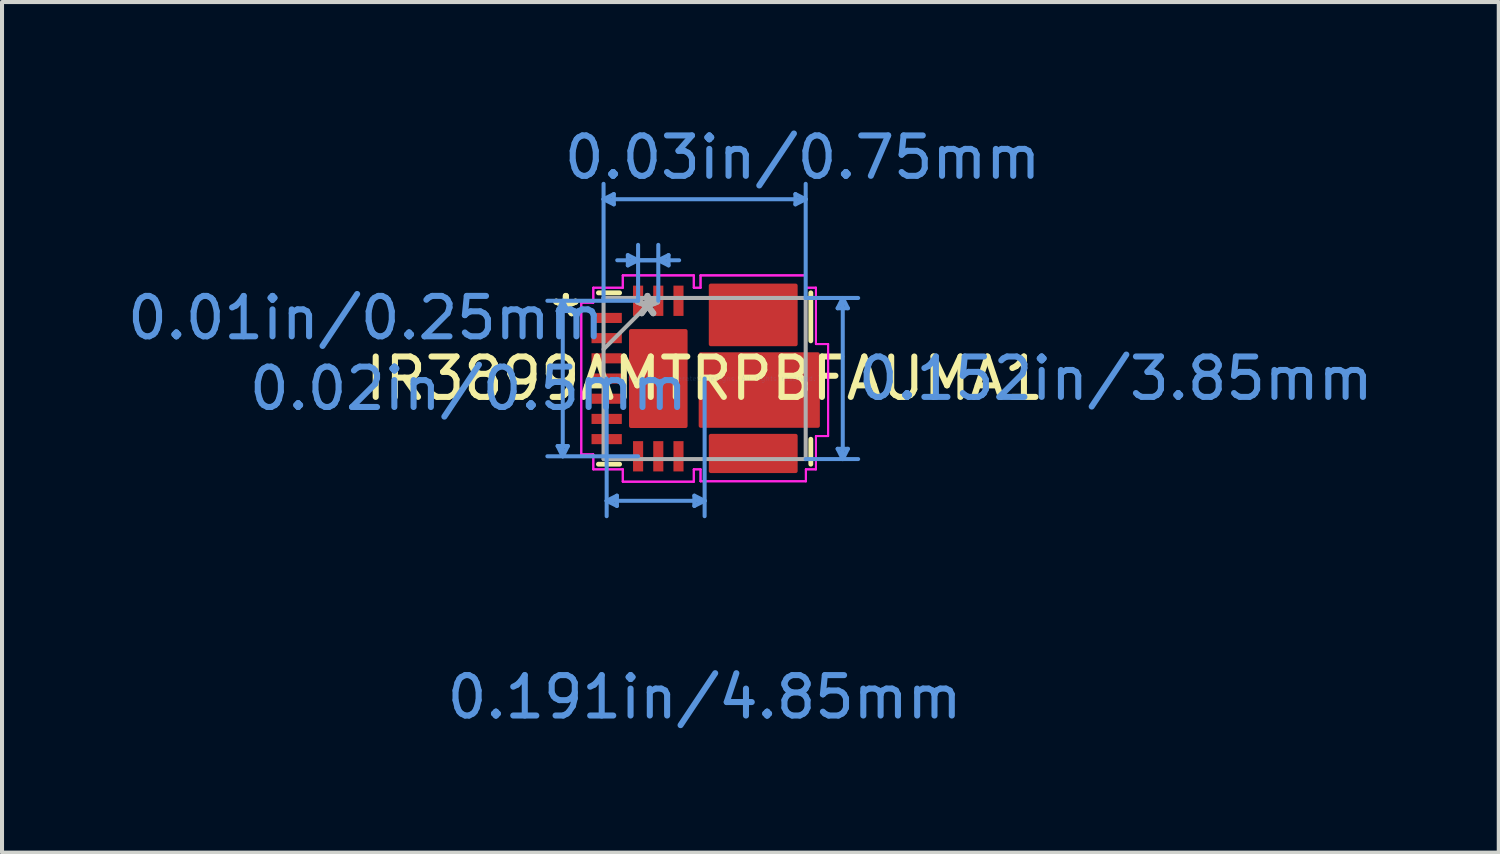
<source format=kicad_pcb>
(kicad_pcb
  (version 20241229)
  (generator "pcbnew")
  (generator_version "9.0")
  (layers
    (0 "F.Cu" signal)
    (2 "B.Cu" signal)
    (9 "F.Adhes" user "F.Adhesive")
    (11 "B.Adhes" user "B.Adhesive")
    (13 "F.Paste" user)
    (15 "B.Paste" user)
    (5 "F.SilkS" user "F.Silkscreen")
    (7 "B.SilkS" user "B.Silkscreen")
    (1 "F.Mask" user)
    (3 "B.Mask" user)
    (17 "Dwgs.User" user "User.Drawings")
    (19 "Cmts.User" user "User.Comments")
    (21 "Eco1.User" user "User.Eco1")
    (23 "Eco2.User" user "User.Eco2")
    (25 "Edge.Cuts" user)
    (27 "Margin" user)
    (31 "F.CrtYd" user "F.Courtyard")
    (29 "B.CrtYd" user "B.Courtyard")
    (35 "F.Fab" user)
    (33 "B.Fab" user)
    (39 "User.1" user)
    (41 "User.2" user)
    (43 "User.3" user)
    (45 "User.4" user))
  (footprint "IR3899AMTRPBFAUMA1"
    (layer "F.Cu")
    (at 14.394 6.321)
    (property "Reference" "IR3899AMTRPBFAUMA1" (at 0 0 0) (layer "F.SilkS") (effects (font (size 1 1) (thickness 0.15))))
    (attr through_hole)
    (fp_poly (pts (xy -1.822 -1.175) (xy -0.472 -1.175) (xy -0.472 1.175) (xy -1.822 1.175)) (stroke (width 0.1) (type solid)) (fill yes) (layer "F.Cu"))
    (fp_poly (pts (xy -0.097 -0.6) (xy 2.803 -0.6) (xy 2.803 1.17) (xy -0.097 1.17)) (stroke (width 0.1) (type solid)) (fill yes) (layer "F.Cu"))
    (fp_poly (pts (xy 0.153 -2.3) (xy 0.153 -0.85) (xy 2.253 -0.85) (xy 2.253 -2.3)) (stroke (width 0.1) (type solid)) (fill yes) (layer "F.Cu"))
    (fp_poly (pts (xy 0.153 1.42) (xy 0.153 2.29) (xy 2.253 2.29) (xy 2.253 1.42)) (stroke (width 0.1) (type solid)) (fill yes) (layer "F.Cu"))
    (fp_poly (pts (xy -2.825 -1.65) (xy -2.825 -1.35) (xy -2.025 -1.35) (xy -2.025 -1.65)) (stroke (width 0.1) (type solid)) (fill yes) (layer "F.Mask"))
    (fp_poly (pts (xy -2.825 -1.15) (xy -2.825 -0.85) (xy -2.025 -0.85) (xy -2.025 -1.15)) (stroke (width 0.1) (type solid)) (fill yes) (layer "F.Mask"))
    (fp_poly (pts (xy -2.825 -0.65) (xy -2.825 -0.35) (xy -2.025 -0.35) (xy -2.025 -0.65)) (stroke (width 0.1) (type solid)) (fill yes) (layer "F.Mask"))
    (fp_poly (pts (xy -2.825 -0.15) (xy -2.825 0.15) (xy -2.025 0.15) (xy -2.025 -0.15)) (stroke (width 0.1) (type solid)) (fill yes) (layer "F.Mask"))
    (fp_poly (pts (xy -2.825 0.35) (xy -2.825 0.65) (xy -2.025 0.65) (xy -2.025 0.35)) (stroke (width 0.1) (type solid)) (fill yes) (layer "F.Mask"))
    (fp_poly (pts (xy -2.825 0.85) (xy -2.825 1.15) (xy -2.025 1.15) (xy -2.025 0.85)) (stroke (width 0.1) (type solid)) (fill yes) (layer "F.Mask"))
    (fp_poly (pts (xy -2.825 1.35) (xy -2.825 1.65) (xy -2.025 1.65) (xy -2.025 1.35)) (stroke (width 0.1) (type solid)) (fill yes) (layer "F.Mask"))
    (fp_poly (pts (xy -1.797 -2.325) (xy -1.497 -2.325) (xy -1.497 -1.525) (xy -1.797 -1.525)) (stroke (width 0.1) (type solid)) (fill yes) (layer "F.Mask"))
    (fp_poly (pts (xy -1.797 1.525) (xy -1.497 1.525) (xy -1.497 2.325) (xy -1.797 2.325)) (stroke (width 0.1) (type solid)) (fill yes) (layer "F.Mask"))
    (fp_poly (pts (xy -1.772 -1.125) (xy -0.522 -1.125) (xy -0.522 1.125) (xy -1.772 1.125)) (stroke (width 0.1) (type solid)) (fill yes) (layer "F.Mask"))
    (fp_poly (pts (xy -1.297 -2.325) (xy -0.997 -2.325) (xy -0.997 -1.525) (xy -1.297 -1.525)) (stroke (width 0.1) (type solid)) (fill yes) (layer "F.Mask"))
    (fp_poly (pts (xy -1.297 1.525) (xy -0.997 1.525) (xy -0.997 2.325) (xy -1.297 2.325)) (stroke (width 0.1) (type solid)) (fill yes) (layer "F.Mask"))
    (fp_poly (pts (xy -0.797 -2.325) (xy -0.497 -2.325) (xy -0.497 -1.525) (xy -0.797 -1.525)) (stroke (width 0.1) (type solid)) (fill yes) (layer "F.Mask"))
    (fp_poly (pts (xy -0.797 1.525) (xy -0.497 1.525) (xy -0.497 2.325) (xy -0.797 2.325)) (stroke (width 0.1) (type solid)) (fill yes) (layer "F.Mask"))
    (fp_poly (pts (xy -0.047 -0.55) (xy -0.047 1.12) (xy 2.753 1.12) (xy 2.753 0.77) (xy 2.203 0.77) (xy 2.203 0.46) (xy 2.753 0.46) (xy 2.753 0.11) (xy 2.203 0.11) (xy 2.203 -0.2) (xy 2.753 -0.2) (xy 2.753 -0.55)) (stroke (width 0.1) (type solid)) (fill yes) (layer "F.Mask"))
    (fp_poly (pts (xy 0.203 -2.25) (xy 0.203 -0.9) (xy 2.203 -0.9) (xy 2.203 -2.25) (xy 1.853 -2.25) (xy 1.853 -1.72) (xy 1.653 -1.72) (xy 1.653 -2.25) (xy 1.303 -2.25) (xy 1.303 -1.72) (xy 1.103 -1.72) (xy 1.103 -2.25) (xy 0.753 -2.25) (xy 0.753 -1.72) (xy 0.553 -1.72) (xy 0.553 -2.25)) (stroke (width 0.1) (type solid)) (fill yes) (layer "F.Mask"))
    (fp_poly (pts (xy 0.203 2.24) (xy 0.203 1.47) (xy 2.203 1.47) (xy 2.203 2.24) (xy 1.853 2.24) (xy 1.853 1.71) (xy 1.653 1.71) (xy 1.653 2.24) (xy 1.303 2.24) (xy 1.303 1.71) (xy 1.103 1.71) (xy 1.103 2.24) (xy 0.753 2.24) (xy 0.753 1.71) (xy 0.553 1.71) (xy 0.553 2.24)) (stroke (width 0.1) (type solid)) (fill yes) (layer "F.Mask"))
    (fp_line (start -2.629 -2.121) (end -2.105 -2.121) (stroke (width 0.12) (type solid)) (layer "F.SilkS"))
    (fp_line (start -2.105 2.121) (end -2.629 2.121) (stroke (width 0.12) (type solid)) (layer "F.SilkS"))
    (fp_line (start 2.629 -2.121) (end 2.629 -0.933) (stroke (width 0.12) (type solid)) (layer "F.SilkS"))
    (fp_line (start 2.629 1.503) (end 2.629 2.121) (stroke (width 0.12) (type solid)) (layer "F.SilkS"))
    (fp_poly (pts (xy -2.667 -1.61) (xy -2.667 -1.39) (xy -2.067 -1.39) (xy -2.067 -1.61)) (stroke (width 0.1) (type solid)) (fill yes) (layer "F.Paste"))
    (fp_poly (pts (xy -2.667 -1.11) (xy -2.667 -0.89) (xy -2.067 -0.89) (xy -2.067 -1.11)) (stroke (width 0.1) (type solid)) (fill yes) (layer "F.Paste"))
    (fp_poly (pts (xy -2.667 -0.61) (xy -2.667 -0.39) (xy -2.067 -0.39) (xy -2.067 -0.61)) (stroke (width 0.1) (type solid)) (fill yes) (layer "F.Paste"))
    (fp_poly (pts (xy -2.667 -0.11) (xy -2.667 0.11) (xy -2.067 0.11) (xy -2.067 -0.11)) (stroke (width 0.1) (type solid)) (fill yes) (layer "F.Paste"))
    (fp_poly (pts (xy -2.667 0.39) (xy -2.667 0.61) (xy -2.067 0.61) (xy -2.067 0.39)) (stroke (width 0.1) (type solid)) (fill yes) (layer "F.Paste"))
    (fp_poly (pts (xy -2.667 0.89) (xy -2.667 1.11) (xy -2.067 1.11) (xy -2.067 0.89)) (stroke (width 0.1) (type solid)) (fill yes) (layer "F.Paste"))
    (fp_poly (pts (xy -2.667 1.39) (xy -2.667 1.61) (xy -2.067 1.61) (xy -2.067 1.39)) (stroke (width 0.1) (type solid)) (fill yes) (layer "F.Paste"))
    (fp_poly (pts (xy -1.757 -2.167) (xy -1.757 -1.567) (xy -1.537 -1.567) (xy -1.537 -2.167)) (stroke (width 0.1) (type solid)) (fill yes) (layer "F.Paste"))
    (fp_poly (pts (xy -1.757 1.567) (xy -1.757 2.167) (xy -1.537 2.167) (xy -1.537 1.567)) (stroke (width 0.1) (type solid)) (fill yes) (layer "F.Paste"))
    (fp_poly (pts (xy -1.732 -1.075) (xy -1.272 -1.075) (xy -1.272 -0.525) (xy -1.732 -0.525)) (stroke (width 0.1) (type solid)) (fill yes) (layer "F.Paste"))
    (fp_poly (pts (xy -1.732 -0.275) (xy -1.272 -0.275) (xy -1.272 0.275) (xy -1.732 0.275)) (stroke (width 0.1) (type solid)) (fill yes) (layer "F.Paste"))
    (fp_poly (pts (xy -1.732 0.525) (xy -1.272 0.525) (xy -1.272 1.075) (xy -1.732 1.075)) (stroke (width 0.1) (type solid)) (fill yes) (layer "F.Paste"))
    (fp_poly (pts (xy -1.257 -2.167) (xy -1.257 -1.567) (xy -1.037 -1.567) (xy -1.037 -2.167)) (stroke (width 0.1) (type solid)) (fill yes) (layer "F.Paste"))
    (fp_poly (pts (xy -1.257 1.567) (xy -1.257 2.167) (xy -1.037 2.167) (xy -1.037 1.567)) (stroke (width 0.1) (type solid)) (fill yes) (layer "F.Paste"))
    (fp_poly (pts (xy -1.022 -1.075) (xy -0.562 -1.075) (xy -0.562 -0.525) (xy -1.022 -0.525)) (stroke (width 0.1) (type solid)) (fill yes) (layer "F.Paste"))
    (fp_poly (pts (xy -1.022 -0.275) (xy -0.562 -0.275) (xy -0.562 0.275) (xy -1.022 0.275)) (stroke (width 0.1) (type solid)) (fill yes) (layer "F.Paste"))
    (fp_poly (pts (xy -1.022 0.525) (xy -0.562 0.525) (xy -0.562 1.075) (xy -1.022 1.075)) (stroke (width 0.1) (type solid)) (fill yes) (layer "F.Paste"))
    (fp_poly (pts (xy -0.757 -2.167) (xy -0.757 -1.567) (xy -0.537 -1.567) (xy -0.537 -2.167)) (stroke (width 0.1) (type solid)) (fill yes) (layer "F.Paste"))
    (fp_poly (pts (xy -0.757 1.567) (xy -0.757 2.167) (xy -0.537 2.167) (xy -0.537 1.567)) (stroke (width 0.1) (type solid)) (fill yes) (layer "F.Paste"))
    (fp_poly (pts (xy -0.027 -0.515) (xy -0.027 0.185) (xy 0.523 0.185) (xy 0.523 -0.515)) (stroke (width 0.1) (type solid)) (fill yes) (layer "F.Paste"))
    (fp_poly (pts (xy -0.027 0.385) (xy -0.027 1.085) (xy 0.523 1.085) (xy 0.523 0.385)) (stroke (width 0.1) (type solid)) (fill yes) (layer "F.Paste"))
    (fp_poly (pts (xy 0.243 -2.217) (xy 0.243 -1.717) (xy 0.513 -1.717) (xy 0.513 -2.217)) (stroke (width 0.1) (type solid)) (fill yes) (layer "F.Paste"))
    (fp_poly (pts (xy 0.243 1.51) (xy 0.243 2.2) (xy 0.513 2.2) (xy 0.513 1.51)) (stroke (width 0.1) (type solid)) (fill yes) (layer "F.Paste"))
    (fp_poly (pts (xy 0.308 -1.522) (xy 0.308 -0.952) (xy 1.108 -0.952) (xy 1.108 -1.522)) (stroke (width 0.1) (type solid)) (fill yes) (layer "F.Paste"))
    (fp_poly (pts (xy 0.693 -0.515) (xy 0.693 0.185) (xy 1.243 0.185) (xy 1.243 -0.515)) (stroke (width 0.1) (type solid)) (fill yes) (layer "F.Paste"))
    (fp_poly (pts (xy 0.693 0.385) (xy 0.693 1.085) (xy 1.243 1.085) (xy 1.243 0.385)) (stroke (width 0.1) (type solid)) (fill yes) (layer "F.Paste"))
    (fp_poly (pts (xy 0.793 -2.217) (xy 0.793 -1.717) (xy 1.063 -1.717) (xy 1.063 -2.217)) (stroke (width 0.1) (type solid)) (fill yes) (layer "F.Paste"))
    (fp_poly (pts (xy 0.793 1.51) (xy 0.793 2.2) (xy 1.063 2.2) (xy 1.063 1.51)) (stroke (width 0.1) (type solid)) (fill yes) (layer "F.Paste"))
    (fp_poly (pts (xy 1.308 -1.522) (xy 1.308 -0.952) (xy 2.108 -0.952) (xy 2.108 -1.522)) (stroke (width 0.1) (type solid)) (fill yes) (layer "F.Paste"))
    (fp_poly (pts (xy 1.343 -2.217) (xy 1.343 -1.717) (xy 1.613 -1.717) (xy 1.613 -2.217)) (stroke (width 0.1) (type solid)) (fill yes) (layer "F.Paste"))
    (fp_poly (pts (xy 1.343 1.51) (xy 1.343 2.2) (xy 1.613 2.2) (xy 1.613 1.51)) (stroke (width 0.1) (type solid)) (fill yes) (layer "F.Paste"))
    (fp_poly (pts (xy 1.413 -0.515) (xy 1.413 0.185) (xy 1.963 0.185) (xy 1.963 -0.515)) (stroke (width 0.1) (type solid)) (fill yes) (layer "F.Paste"))
    (fp_poly (pts (xy 1.413 0.385) (xy 1.413 1.085) (xy 1.963 1.085) (xy 1.963 0.385)) (stroke (width 0.1) (type solid)) (fill yes) (layer "F.Paste"))
    (fp_poly (pts (xy 1.893 -2.217) (xy 1.893 -1.717) (xy 2.163 -1.717) (xy 2.163 -2.217)) (stroke (width 0.1) (type solid)) (fill yes) (layer "F.Paste"))
    (fp_poly (pts (xy 1.893 1.51) (xy 1.893 2.2) (xy 2.163 2.2) (xy 2.163 1.51)) (stroke (width 0.1) (type solid)) (fill yes) (layer "F.Paste"))
    (fp_poly (pts (xy 2.163 -0.51) (xy 2.163 -0.24) (xy 2.713 -0.24) (xy 2.713 -0.51)) (stroke (width 0.1) (type solid)) (fill yes) (layer "F.Paste"))
    (fp_poly (pts (xy 2.163 0.15) (xy 2.163 0.42) (xy 2.713 0.42) (xy 2.713 0.15)) (stroke (width 0.1) (type solid)) (fill yes) (layer "F.Paste"))
    (fp_poly (pts (xy 2.163 0.81) (xy 2.163 1.08) (xy 2.713 1.08) (xy 2.713 0.81)) (stroke (width 0.1) (type solid)) (fill yes) (layer "F.Paste"))
    (fp_line (start -3.639 1.671) (end -3.512 1.925) (stroke (width 0.1) (type solid)) (layer "Cmts.User"))
    (fp_line (start -3.639 -1.671) (end -3.512 -1.925) (stroke (width 0.1) (type solid)) (layer "Cmts.User"))
    (fp_line (start -3.639 -1.671) (end -3.385 -1.671) (stroke (width 0.1) (type solid)) (layer "Cmts.User"))
    (fp_line (start -3.512 -1.925) (end -3.512 1.925) (stroke (width 0.1) (type solid)) (layer "Cmts.User"))
    (fp_line (start -3.385 1.671) (end -3.639 1.671) (stroke (width 0.1) (type solid)) (layer "Cmts.User"))
    (fp_line (start -3.385 1.671) (end -3.512 1.925) (stroke (width 0.1) (type solid)) (layer "Cmts.User"))
    (fp_line (start -3.385 -1.671) (end -3.512 -1.925) (stroke (width 0.1) (type solid)) (layer "Cmts.User"))
    (fp_line (start -2.502 -4.439) (end 2.502 -4.439) (stroke (width 0.1) (type solid)) (layer "Cmts.User"))
    (fp_line (start -2.502 -1.994) (end -2.502 -4.82) (stroke (width 0.1) (type solid)) (layer "Cmts.User"))
    (fp_line (start -2.425 3.027) (end -0.000011 3.027) (stroke (width 0.1) (type solid)) (layer "Cmts.User"))
    (fp_line (start -2.425 0) (end -2.425 3.408) (stroke (width 0.1) (type solid)) (layer "Cmts.User"))
    (fp_line (start -2.248 -4.312) (end -2.502 -4.439) (stroke (width 0.1) (type solid)) (layer "Cmts.User"))
    (fp_line (start -2.248 -4.312) (end -2.248 -4.566) (stroke (width 0.1) (type solid)) (layer "Cmts.User"))
    (fp_line (start -2.248 -4.566) (end -2.502 -4.439) (stroke (width 0.1) (type solid)) (layer "Cmts.User"))
    (fp_line (start -2.171 2.9) (end -2.425 3.027) (stroke (width 0.1) (type solid)) (layer "Cmts.User"))
    (fp_line (start -2.171 3.154) (end -2.425 3.027) (stroke (width 0.1) (type solid)) (layer "Cmts.User"))
    (fp_line (start -2.171 3.154) (end -2.171 2.9) (stroke (width 0.1) (type solid)) (layer "Cmts.User"))
    (fp_line (start -2.163 -2.928) (end -1.147 -2.928) (stroke (width 0.1) (type solid)) (layer "Cmts.User"))
    (fp_line (start -1.901 -2.801) (end -1.647 -2.928) (stroke (width 0.1) (type solid)) (layer "Cmts.User"))
    (fp_line (start -1.901 -3.055) (end -1.901 -2.801) (stroke (width 0.1) (type solid)) (layer "Cmts.User"))
    (fp_line (start -1.901 -3.055) (end -1.647 -2.928) (stroke (width 0.1) (type solid)) (layer "Cmts.User"))
    (fp_line (start -1.647 -1.925) (end -3.893 -1.925) (stroke (width 0.1) (type solid)) (layer "Cmts.User"))
    (fp_line (start -1.647 -1.925) (end -1.647 -3.309) (stroke (width 0.1) (type solid)) (layer "Cmts.User"))
    (fp_line (start -1.647 1.925) (end -3.893 1.925) (stroke (width 0.1) (type solid)) (layer "Cmts.User"))
    (fp_line (start -1.147 -1.925) (end -1.147 -3.309) (stroke (width 0.1) (type solid)) (layer "Cmts.User"))
    (fp_line (start -0.893 -3.055) (end -1.147 -2.928) (stroke (width 0.1) (type solid)) (layer "Cmts.User"))
    (fp_line (start -0.893 -2.801) (end -1.147 -2.928) (stroke (width 0.1) (type solid)) (layer "Cmts.User"))
    (fp_line (start -0.893 -2.801) (end -0.893 -3.055) (stroke (width 0.1) (type solid)) (layer "Cmts.User"))
    (fp_line (start -0.631 -2.928) (end -1.647 -2.928) (stroke (width 0.1) (type solid)) (layer "Cmts.User"))
    (fp_line (start -0.254 2.9) (end -0.254 3.154) (stroke (width 0.1) (type solid)) (layer "Cmts.User"))
    (fp_line (start -0.254 2.9) (end -0.000011 3.027) (stroke (width 0.1) (type solid)) (layer "Cmts.User"))
    (fp_line (start -0.254 3.154) (end -0.000011 3.027) (stroke (width 0.1) (type solid)) (layer "Cmts.User"))
    (fp_line (start 0 0) (end -0.000013 3.408) (stroke (width 0.1) (type solid)) (layer "Cmts.User"))
    (fp_line (start 2.248 -4.312) (end 2.502 -4.439) (stroke (width 0.1) (type solid)) (layer "Cmts.User"))
    (fp_line (start 2.248 -4.566) (end 2.248 -4.312) (stroke (width 0.1) (type solid)) (layer "Cmts.User"))
    (fp_line (start 2.248 -4.566) (end 2.502 -4.439) (stroke (width 0.1) (type solid)) (layer "Cmts.User"))
    (fp_line (start 2.502 -1.994) (end 2.502 -4.82) (stroke (width 0.1) (type solid)) (layer "Cmts.User"))
    (fp_line (start 2.502 -1.994) (end 3.801 -1.994) (stroke (width 0.1) (type solid)) (layer "Cmts.User"))
    (fp_line (start 2.502 1.994) (end 3.801 1.994) (stroke (width 0.1) (type solid)) (layer "Cmts.User"))
    (fp_line (start 3.293 -1.74) (end 3.42 -1.994) (stroke (width 0.1) (type solid)) (layer "Cmts.User"))
    (fp_line (start 3.293 -1.74) (end 3.547 -1.74) (stroke (width 0.1) (type solid)) (layer "Cmts.User"))
    (fp_line (start 3.293 1.74) (end 3.42 1.994) (stroke (width 0.1) (type solid)) (layer "Cmts.User"))
    (fp_line (start 3.42 -1.994) (end 3.42 1.994) (stroke (width 0.1) (type solid)) (layer "Cmts.User"))
    (fp_line (start 3.547 1.74) (end 3.293 1.74) (stroke (width 0.1) (type solid)) (layer "Cmts.User"))
    (fp_line (start 3.547 1.74) (end 3.42 1.994) (stroke (width 0.1) (type solid)) (layer "Cmts.User"))
    (fp_line (start 3.547 -1.74) (end 3.42 -1.994) (stroke (width 0.1) (type solid)) (layer "Cmts.User"))
    (fp_line (start -3.054 -1.879) (end -3.054 1.879) (stroke (width 0.05) (type solid)) (layer "F.CrtYd"))
    (fp_line (start -3.054 -1.879) (end -3.054 1.879) (stroke (width 0.05) (type solid)) (layer "F.CrtYd"))
    (fp_line (start -3.054 1.879) (end -2.756 1.879) (stroke (width 0.05) (type solid)) (layer "F.CrtYd"))
    (fp_line (start -3.054 1.879) (end -2.756 1.879) (stroke (width 0.05) (type solid)) (layer "F.CrtYd"))
    (fp_line (start -2.756 -2.248) (end -2.756 -1.879) (stroke (width 0.05) (type solid)) (layer "F.CrtYd"))
    (fp_line (start -2.756 -2.248) (end -2.756 -1.879) (stroke (width 0.05) (type solid)) (layer "F.CrtYd"))
    (fp_line (start -2.756 -1.879) (end -3.054 -1.879) (stroke (width 0.05) (type solid)) (layer "F.CrtYd"))
    (fp_line (start -2.756 -1.879) (end -3.054 -1.879) (stroke (width 0.05) (type solid)) (layer "F.CrtYd"))
    (fp_line (start -2.756 1.879) (end -2.756 2.248) (stroke (width 0.05) (type solid)) (layer "F.CrtYd"))
    (fp_line (start -2.756 1.879) (end -2.756 2.248) (stroke (width 0.05) (type solid)) (layer "F.CrtYd"))
    (fp_line (start -2.756 2.248) (end -2.026 2.248) (stroke (width 0.05) (type solid)) (layer "F.CrtYd"))
    (fp_line (start -2.756 2.248) (end -2.026 2.248) (stroke (width 0.05) (type solid)) (layer "F.CrtYd"))
    (fp_line (start -2.026 -2.554) (end -2.026 -2.248) (stroke (width 0.05) (type solid)) (layer "F.CrtYd"))
    (fp_line (start -2.026 -2.554) (end -2.026 -2.248) (stroke (width 0.05) (type solid)) (layer "F.CrtYd"))
    (fp_line (start -2.026 -2.248) (end -2.756 -2.248) (stroke (width 0.05) (type solid)) (layer "F.CrtYd"))
    (fp_line (start -2.026 -2.248) (end -2.756 -2.248) (stroke (width 0.05) (type solid)) (layer "F.CrtYd"))
    (fp_line (start -2.026 2.248) (end -2.026 2.554) (stroke (width 0.05) (type solid)) (layer "F.CrtYd"))
    (fp_line (start -2.026 2.248) (end -2.026 2.554) (stroke (width 0.05) (type solid)) (layer "F.CrtYd"))
    (fp_line (start -2.026 2.554) (end -0.268 2.554) (stroke (width 0.05) (type solid)) (layer "F.CrtYd"))
    (fp_line (start -2.026 2.554) (end -0.268 2.554) (stroke (width 0.05) (type solid)) (layer "F.CrtYd"))
    (fp_line (start -0.268 -2.554) (end -2.026 -2.554) (stroke (width 0.05) (type solid)) (layer "F.CrtYd"))
    (fp_line (start -0.268 -2.554) (end -2.026 -2.554) (stroke (width 0.05) (type solid)) (layer "F.CrtYd"))
    (fp_line (start -0.268 -2.248) (end -0.268 -2.554) (stroke (width 0.05) (type solid)) (layer "F.CrtYd"))
    (fp_line (start -0.268 -2.248) (end -0.268 -2.554) (stroke (width 0.05) (type solid)) (layer "F.CrtYd"))
    (fp_line (start -0.268 2.248) (end -0.101 2.248) (stroke (width 0.05) (type solid)) (layer "F.CrtYd"))
    (fp_line (start -0.268 2.248) (end -0.101 2.248) (stroke (width 0.05) (type solid)) (layer "F.CrtYd"))
    (fp_line (start -0.268 2.554) (end -0.268 2.248) (stroke (width 0.05) (type solid)) (layer "F.CrtYd"))
    (fp_line (start -0.268 2.554) (end -0.268 2.248) (stroke (width 0.05) (type solid)) (layer "F.CrtYd"))
    (fp_line (start -0.101 -2.554) (end -0.101 -2.248) (stroke (width 0.05) (type solid)) (layer "F.CrtYd"))
    (fp_line (start -0.101 -2.554) (end -0.101 -2.248) (stroke (width 0.05) (type solid)) (layer "F.CrtYd"))
    (fp_line (start -0.101 -2.248) (end -0.268 -2.248) (stroke (width 0.05) (type solid)) (layer "F.CrtYd"))
    (fp_line (start -0.101 -2.248) (end -0.268 -2.248) (stroke (width 0.05) (type solid)) (layer "F.CrtYd"))
    (fp_line (start -0.101 2.248) (end -0.101 2.544) (stroke (width 0.05) (type solid)) (layer "F.CrtYd"))
    (fp_line (start -0.101 2.248) (end -0.101 2.544) (stroke (width 0.05) (type solid)) (layer "F.CrtYd"))
    (fp_line (start -0.101 2.544) (end 2.507 2.544) (stroke (width 0.05) (type solid)) (layer "F.CrtYd"))
    (fp_line (start -0.101 2.544) (end 2.507 2.544) (stroke (width 0.05) (type solid)) (layer "F.CrtYd"))
    (fp_line (start 2.507 -2.554) (end -0.101 -2.554) (stroke (width 0.05) (type solid)) (layer "F.CrtYd"))
    (fp_line (start 2.507 -2.554) (end -0.101 -2.554) (stroke (width 0.05) (type solid)) (layer "F.CrtYd"))
    (fp_line (start 2.507 -2.248) (end 2.507 -2.554) (stroke (width 0.05) (type solid)) (layer "F.CrtYd"))
    (fp_line (start 2.507 -2.248) (end 2.507 -2.554) (stroke (width 0.05) (type solid)) (layer "F.CrtYd"))
    (fp_line (start 2.507 2.248) (end 2.756 2.248) (stroke (width 0.05) (type solid)) (layer "F.CrtYd"))
    (fp_line (start 2.507 2.248) (end 2.756 2.248) (stroke (width 0.05) (type solid)) (layer "F.CrtYd"))
    (fp_line (start 2.507 2.544) (end 2.507 2.248) (stroke (width 0.05) (type solid)) (layer "F.CrtYd"))
    (fp_line (start 2.507 2.544) (end 2.507 2.248) (stroke (width 0.05) (type solid)) (layer "F.CrtYd"))
    (fp_line (start 2.756 -2.248) (end 2.507 -2.248) (stroke (width 0.05) (type solid)) (layer "F.CrtYd"))
    (fp_line (start 2.756 -2.248) (end 2.507 -2.248) (stroke (width 0.05) (type solid)) (layer "F.CrtYd"))
    (fp_line (start 2.756 -0.854) (end 2.756 -2.248) (stroke (width 0.05) (type solid)) (layer "F.CrtYd"))
    (fp_line (start 2.756 -0.854) (end 2.756 -2.248) (stroke (width 0.05) (type solid)) (layer "F.CrtYd"))
    (fp_line (start 2.756 1.424) (end 3.057 1.424) (stroke (width 0.05) (type solid)) (layer "F.CrtYd"))
    (fp_line (start 2.756 1.424) (end 3.057 1.424) (stroke (width 0.05) (type solid)) (layer "F.CrtYd"))
    (fp_line (start 2.756 2.248) (end 2.756 1.424) (stroke (width 0.05) (type solid)) (layer "F.CrtYd"))
    (fp_line (start 2.756 2.248) (end 2.756 1.424) (stroke (width 0.05) (type solid)) (layer "F.CrtYd"))
    (fp_line (start 3.057 -0.854) (end 2.756 -0.854) (stroke (width 0.05) (type solid)) (layer "F.CrtYd"))
    (fp_line (start 3.057 -0.854) (end 2.756 -0.854) (stroke (width 0.05) (type solid)) (layer "F.CrtYd"))
    (fp_line (start 3.057 1.424) (end 3.057 -0.854) (stroke (width 0.05) (type solid)) (layer "F.CrtYd"))
    (fp_line (start 3.057 1.424) (end 3.057 -0.854) (stroke (width 0.05) (type solid)) (layer "F.CrtYd"))
    (fp_line (start -2.502 -1.994) (end -2.502 1.994) (stroke (width 0.1) (type solid)) (layer "F.Fab"))
    (fp_line (start -2.502 -0.724) (end -1.232 -1.994) (stroke (width 0.1) (type solid)) (layer "F.Fab"))
    (fp_line (start -2.502 1.994) (end 2.502 1.994) (stroke (width 0.1) (type solid)) (layer "F.Fab"))
    (fp_line (start 2.502 -1.994) (end -2.502 -1.994) (stroke (width 0.1) (type solid)) (layer "F.Fab"))
    (fp_line (start 2.502 1.994) (end 2.502 -1.994) (stroke (width 0.1) (type solid)) (layer "F.Fab"))
    (fp_text user "*" (at -3.435 -1.5 0) (layer "F.SilkS") (effects (font (size 1 1) (thickness 0.15))))
    (fp_text user "*" (at -3.435 -1.5 0) (layer "F.SilkS") (effects (font (size 1 1) (thickness 0.15))))
    (fp_text user "0.01in/0.25mm" (at -8.388 -1.5 0) (layer "Cmts.User") (effects (font (size 1 1) (thickness 0.15))))
    (fp_text user "0.02in/0.5mm" (at -5.848 0.25 0) (layer "Cmts.User") (effects (font (size 1 1) (thickness 0.15))))
    (fp_text user "0.03in/0.75mm" (at 2.425 -5.473 0) (layer "Cmts.User") (effects (font (size 1 1) (thickness 0.15))))
    (fp_text user "Copyright 2021 Accelerated Designs. All rights reserved." (at 0 0 0) (layer "Cmts.User") (effects (font (size 0.127 0.127) (thickness 0.002))))
    (fp_text user "0.152in/3.85mm" (at 10.178 0 0) (layer "Cmts.User") (effects (font (size 1 1) (thickness 0.15))))
    (fp_text user "0.191in/4.85mm" (at 0 7.888 0) (layer "Cmts.User") (effects (font (size 1 1) (thickness 0.15))))
    (fp_text user "*" (at -1.415 -1.5 0) (layer "F.Fab") (effects (font (size 1 1) (thickness 0.15))))
    (fp_text user "*" (at -1.415 -1.5 0) (layer "F.Fab") (effects (font (size 1 1) (thickness 0.15))))
    (pad "1" smd rect (at -2.425 -1.5) (size 0.75 0.25) (layers "F.Cu" "F.Mask" "F.Paste"))
    (pad "2" smd rect (at -2.425 -1) (size 0.75 0.25) (layers "F.Cu" "F.Mask" "F.Paste"))
    (pad "3" smd rect (at -2.425 -0.5) (size 0.75 0.25) (layers "F.Cu" "F.Mask" "F.Paste"))
    (pad "4" smd rect (at -2.425 0) (size 0.75 0.25) (layers "F.Cu" "F.Mask" "F.Paste"))
    (pad "5" smd rect (at -2.425 0.5) (size 0.75 0.25) (layers "F.Cu" "F.Mask" "F.Paste"))
    (pad "6" smd rect (at -2.425 1) (size 0.75 0.25) (layers "F.Cu" "F.Mask" "F.Paste"))
    (pad "7" smd rect (at -2.425 1.5) (size 0.75 0.25) (layers "F.Cu" "F.Mask" "F.Paste"))
    (pad "8" smd rect (at -1.647 1.925 90) (size 0.75 0.25) (layers "F.Cu" "F.Mask" "F.Paste"))
    (pad "9" smd rect (at -1.147 1.925 90) (size 0.75 0.25) (layers "F.Cu" "F.Mask" "F.Paste"))
    (pad "10" smd rect (at -0.647 1.925 90) (size 0.75 0.25) (layers "F.Cu" "F.Mask" "F.Paste"))
    (pad "11" smd rect (at 1.203 1.59) (size 0.127 0.127) (layers "F.Cu" "F.Mask" "F.Paste"))
    (pad "12" smd rect (at 1.353 0.285) (size 0.127 0.127) (layers "F.Cu" "F.Mask" "F.Paste"))
    (pad "13" smd rect (at 1.203 -1.575) (size 0.127 0.127) (layers "F.Cu" "F.Mask" "F.Paste"))
    (pad "14" smd rect (at -0.647 -1.925 90) (size 0.75 0.25) (layers "F.Cu" "F.Mask" "F.Paste"))
    (pad "15" smd rect (at -1.147 -1.925 90) (size 0.75 0.25) (layers "F.Cu" "F.Mask" "F.Paste"))
    (pad "16" smd rect (at -1.647 -1.925 90) (size 0.75 0.25) (layers "F.Cu" "F.Mask" "F.Paste"))
    (pad "17" smd rect (at -1.147 0) (size 0.127 0.127) (layers "F.Cu" "F.Mask" "F.Paste")))
  (gr_rect
    (start -3 -3)
    (end 34.054 18.058)
    (stroke (width 0.1) (type default))
    (fill no)
    (layer "Edge.Cuts")))
</source>
